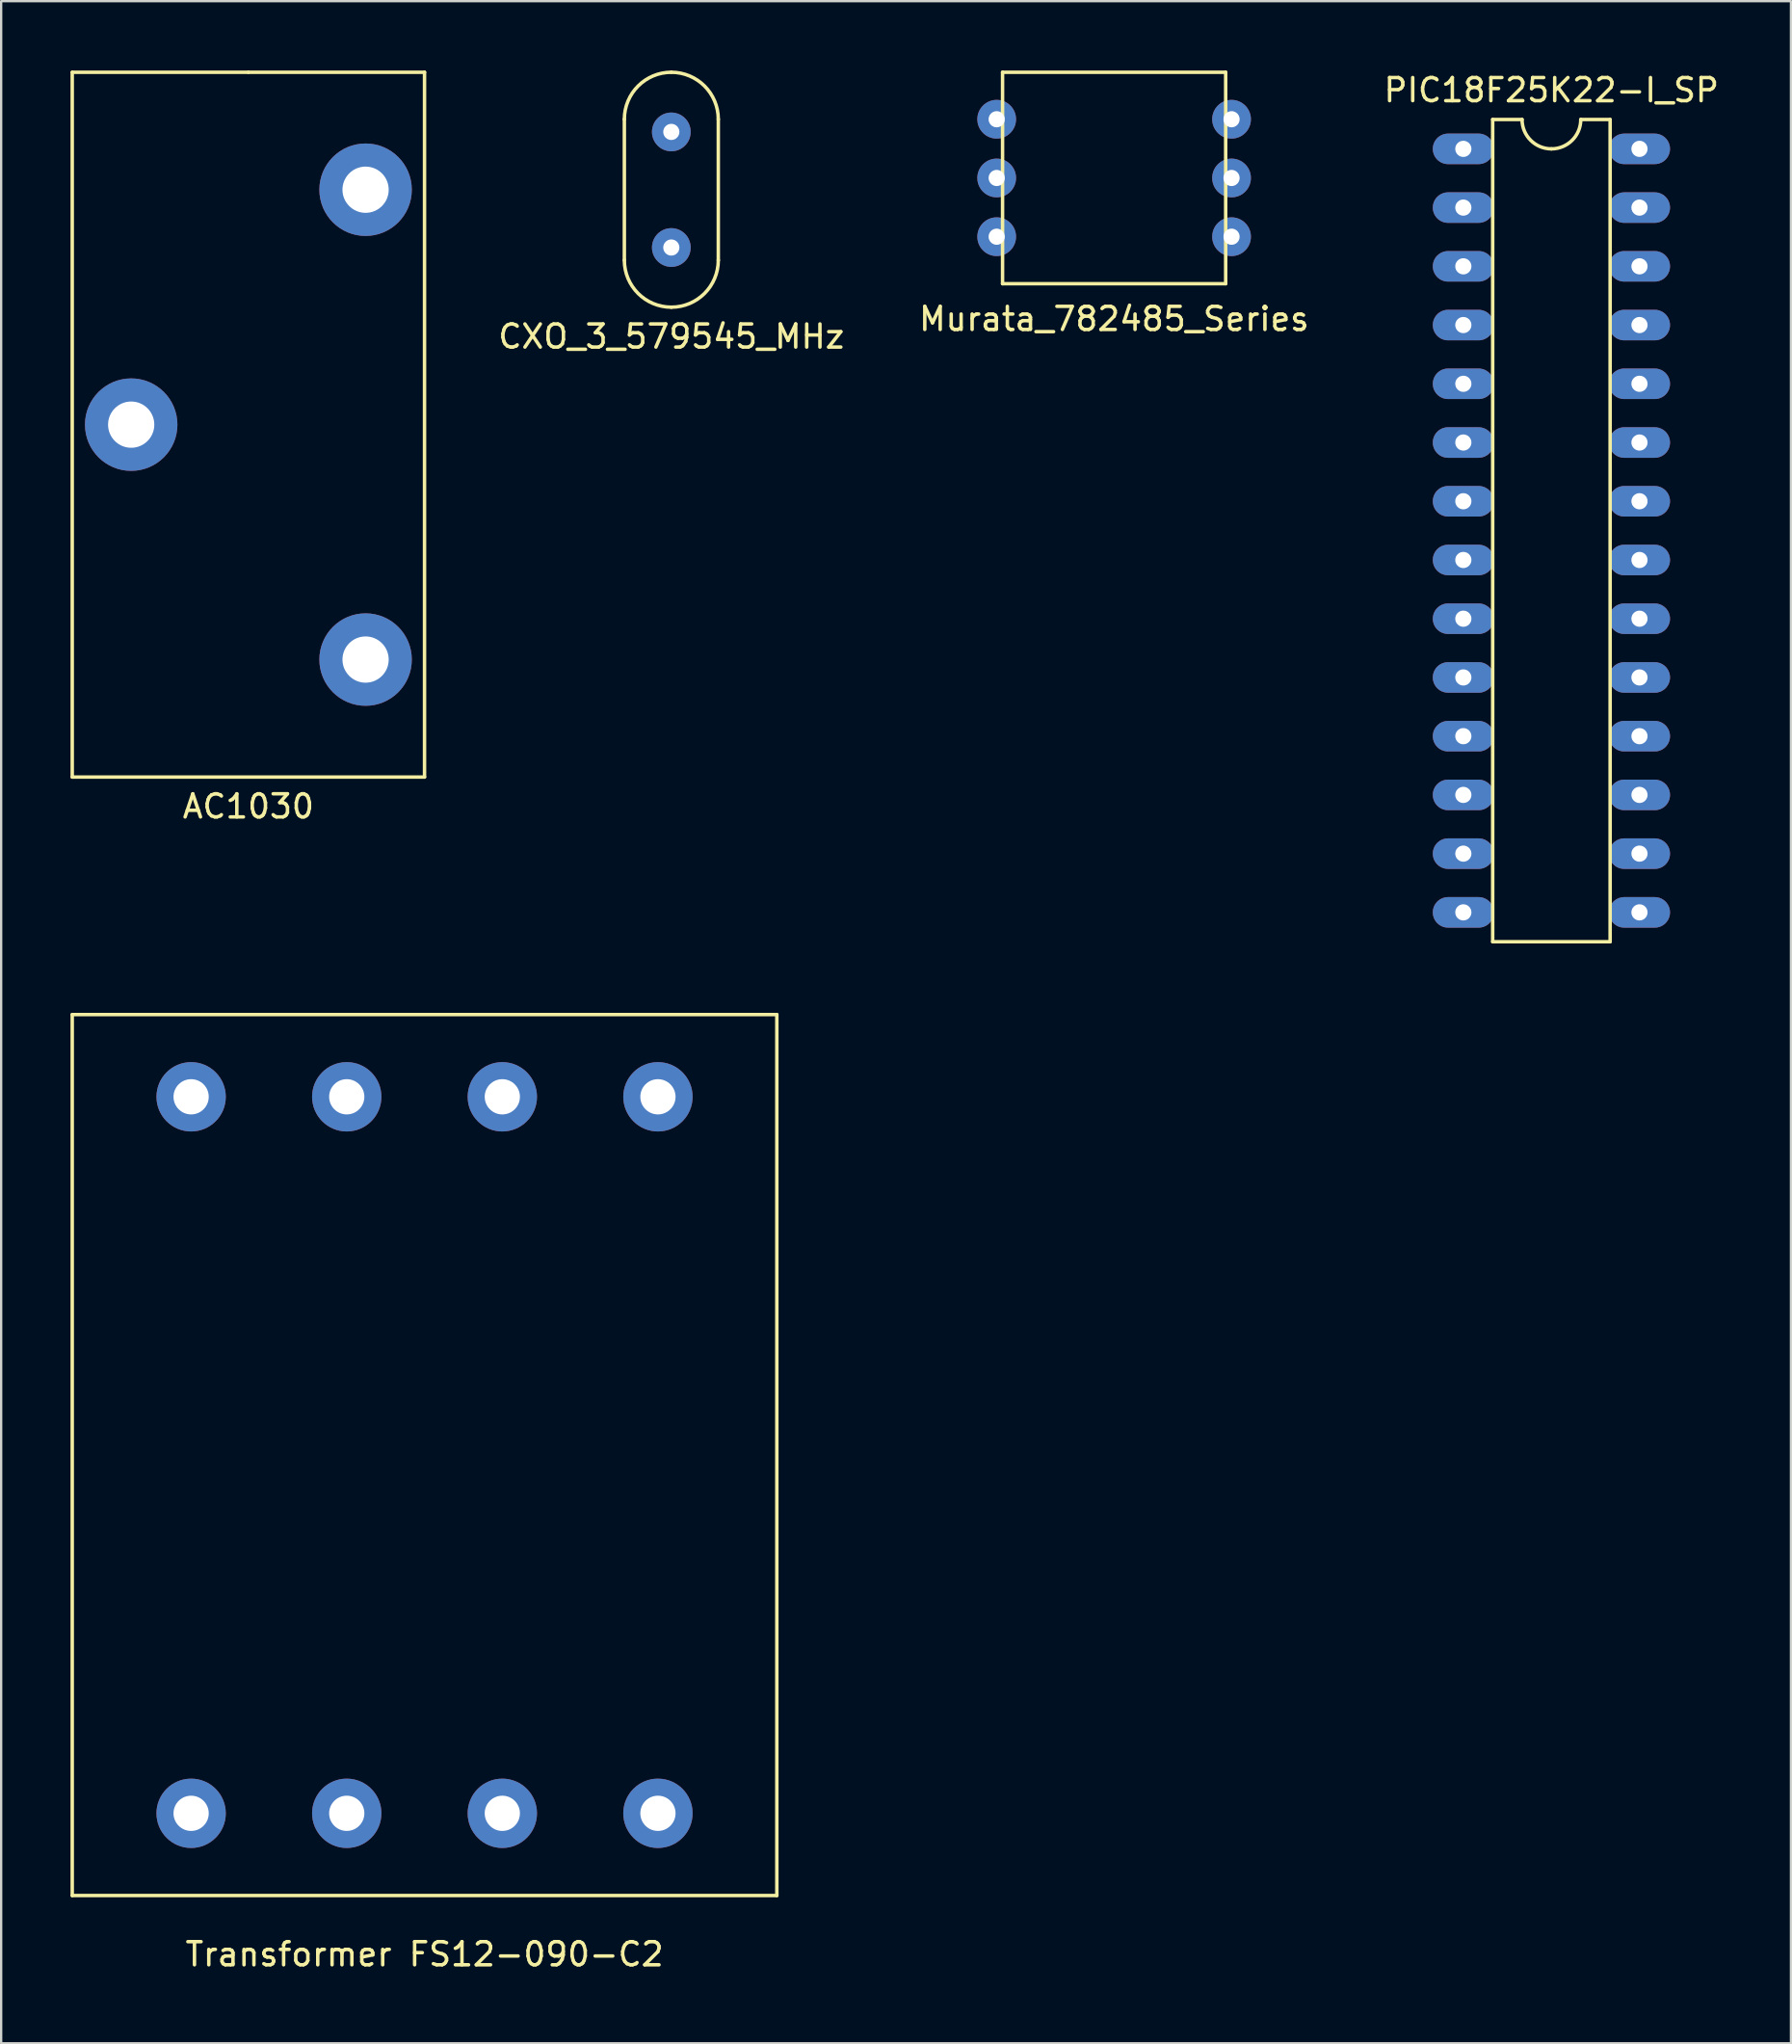
<source format=kicad_pcb>
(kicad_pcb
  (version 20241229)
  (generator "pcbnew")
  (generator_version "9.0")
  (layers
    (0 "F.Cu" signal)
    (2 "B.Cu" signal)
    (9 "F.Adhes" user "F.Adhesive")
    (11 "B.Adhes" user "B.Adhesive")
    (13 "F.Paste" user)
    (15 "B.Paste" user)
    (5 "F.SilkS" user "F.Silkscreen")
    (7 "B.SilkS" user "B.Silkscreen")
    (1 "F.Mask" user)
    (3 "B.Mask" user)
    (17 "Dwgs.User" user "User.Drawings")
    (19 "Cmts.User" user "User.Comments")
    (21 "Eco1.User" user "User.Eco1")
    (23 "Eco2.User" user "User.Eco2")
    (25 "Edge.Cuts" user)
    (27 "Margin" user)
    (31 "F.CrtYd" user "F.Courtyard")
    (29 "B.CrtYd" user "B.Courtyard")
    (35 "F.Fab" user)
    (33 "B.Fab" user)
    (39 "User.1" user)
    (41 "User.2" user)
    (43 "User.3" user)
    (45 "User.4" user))
  (footprint "Transformer FS12-090-C2"
    (layer "F.Cu")
    (at 15.315 59.878)
    (property "Reference" "Transformer FS12-090-C2" (at 0 21.59 0) (layer "F.SilkS") (effects (font (size 1 1) (thickness 0.15))))
    (attr through_hole)
    (fp_line (start -15.24 -19.05) (end -15.24 19.05) (stroke (width 0.15) (type solid)) (layer "F.SilkS"))
    (fp_line (start -15.24 19.05) (end 15.24 19.05) (stroke (width 0.15) (type solid)) (layer "F.SilkS"))
    (fp_line (start 15.24 -19.05) (end -15.24 -19.05) (stroke (width 0.15) (type solid)) (layer "F.SilkS"))
    (fp_line (start 15.24 19.05) (end 15.24 -19.05) (stroke (width 0.15) (type solid)) (layer "F.SilkS"))
    (pad "1" thru_hole circle (at -10.097 15.494 180) (size 3 3) (drill 1.524) (layers "*.Cu" "*.Mask"))
    (pad "2" thru_hole circle (at -3.365 15.494 180) (size 3 3) (drill 1.524) (layers "*.Cu" "*.Mask"))
    (pad "3" thru_hole circle (at 3.365 15.494 180) (size 3 3) (drill 1.524) (layers "*.Cu" "*.Mask"))
    (pad "4" thru_hole circle (at 10.097 15.494 180) (size 3 3) (drill 1.524) (layers "*.Cu" "*.Mask"))
    (pad "5" thru_hole circle (at -10.097 -15.494 180) (size 3 3) (drill 1.524) (layers "*.Cu" "*.Mask"))
    (pad "6" thru_hole circle (at -3.365 -15.494 180) (size 3 3) (drill 1.524) (layers "*.Cu" "*.Mask"))
    (pad "7" thru_hole circle (at 3.365 -15.494 180) (size 3 3) (drill 1.524) (layers "*.Cu" "*.Mask"))
    (pad "8" thru_hole circle (at 10.097 -15.494 180) (size 3 3) (drill 1.524) (layers "*.Cu" "*.Mask")))
  (footprint "AC1030"
    (layer "F.Cu")
    (at 7.695 15.315)
    (property "Reference" "AC1030" (at 0 16.51 0) (layer "F.SilkS") (effects (font (size 1 1) (thickness 0.15))))
    (attr through_hole)
    (fp_line (start -7.62 -15.24) (end 0 -15.24) (stroke (width 0.15) (type solid)) (layer "F.SilkS"))
    (fp_line (start -7.62 15.24) (end -7.62 -15.24) (stroke (width 0.15) (type solid)) (layer "F.SilkS"))
    (fp_line (start 0 -15.24) (end 7.62 -15.24) (stroke (width 0.15) (type solid)) (layer "F.SilkS"))
    (fp_line (start 7.62 -15.24) (end 7.62 15.24) (stroke (width 0.15) (type solid)) (layer "F.SilkS"))
    (fp_line (start 7.62 15.24) (end -7.62 15.24) (stroke (width 0.15) (type solid)) (layer "F.SilkS"))
    (pad "1" thru_hole circle (at 5.07 10.16) (size 4 4) (drill 2) (layers "*.Cu" "*.Mask"))
    (pad "2" thru_hole circle (at 5.07 -10.16) (size 4 4) (drill 2) (layers "*.Cu" "*.Mask"))
    (pad "3" thru_hole circle (at -5.07 0) (size 4 4) (drill 2) (layers "*.Cu" "*.Mask")))
  (footprint "CXO_3_579545_MHz"
    (layer "F.Cu")
    (at 25.991 5.155)
    (property "Reference" "CXO_3_579545_MHz" (at 0 6.35 0) (layer "F.SilkS") (effects (font (size 1 1) (thickness 0.15))))
    (attr through_hole)
    (fp_line (start -2.032 -3.048) (end -2.032 3.048) (stroke (width 0.15) (type solid)) (layer "F.SilkS"))
    (fp_line (start 2.032 3.048) (end 2.032 -3.048) (stroke (width 0.15) (type solid)) (layer "F.SilkS"))
    (fp_arc (start -2.032 -3.048) (mid -1.436841 -4.484841) (end 0 -5.08) (stroke (width 0.15) (type solid)) (layer "F.SilkS"))
    (fp_arc (start 0 -5.08) (mid 1.436841 -4.484841) (end 2.032 -3.048) (stroke (width 0.15) (type solid)) (layer "F.SilkS"))
    (fp_arc (start 0 5.08) (mid -1.436841 4.484841) (end -2.032 3.048) (stroke (width 0.15) (type solid)) (layer "F.SilkS"))
    (fp_arc (start 2.032 3.048) (mid 1.436841 4.484841) (end 0 5.08) (stroke (width 0.15) (type solid)) (layer "F.SilkS"))
    (pad "1" thru_hole circle (at 0 -2.5) (size 1.676 1.676) (drill 0.699) (layers "*.Cu" "*.Mask"))
    (pad "2" thru_hole circle (at 0 2.5) (size 1.676 1.676) (drill 0.699) (layers "*.Cu" "*.Mask")))
  (footprint "PIC18F25K22-I_SP"
    (layer "F.Cu")
    (at 60.253 3.388)
    (property "Reference" "PIC18F25K22-I_SP" (at 3.81 -2.54 0) (layer "F.SilkS") (effects (font (size 1 1) (thickness 0.15))))
    (attr through_hole)
    (fp_line (start 1.27 -1.27) (end 1.27 34.29) (stroke (width 0.15) (type solid)) (layer "F.SilkS"))
    (fp_line (start 1.27 34.29) (end 6.35 34.29) (stroke (width 0.15) (type solid)) (layer "F.SilkS"))
    (fp_line (start 2.54 -1.27) (end 1.27 -1.27) (stroke (width 0.15) (type solid)) (layer "F.SilkS"))
    (fp_line (start 6.35 -1.27) (end 5.08 -1.27) (stroke (width 0.15) (type solid)) (layer "F.SilkS"))
    (fp_line (start 6.35 34.29) (end 6.35 -1.27) (stroke (width 0.15) (type solid)) (layer "F.SilkS"))
    (fp_arc (start 3.81 0) (mid 2.911974 -0.371974) (end 2.54 -1.27) (stroke (width 0.15) (type solid)) (layer "F.SilkS"))
    (fp_arc (start 5.08 -1.27) (mid 4.708026 -0.371974) (end 3.81 0) (stroke (width 0.15) (type solid)) (layer "F.SilkS"))
    (pad "1" thru_hole oval (at 0 0) (size 2.642 1.321) (drill 0.7) (layers "*.Cu" "*.Mask"))
    (pad "2" thru_hole oval (at 0 2.54) (size 2.642 1.321) (drill 0.7) (layers "*.Cu" "*.Mask"))
    (pad "3" thru_hole oval (at 0 5.08) (size 2.642 1.321) (drill 0.7) (layers "*.Cu" "*.Mask"))
    (pad "4" thru_hole oval (at 0 7.62) (size 2.642 1.321) (drill 0.7) (layers "*.Cu" "*.Mask"))
    (pad "5" thru_hole oval (at 0 10.16) (size 2.642 1.321) (drill 0.7) (layers "*.Cu" "*.Mask"))
    (pad "6" thru_hole oval (at 0 12.7) (size 2.642 1.321) (drill 0.7) (layers "*.Cu" "*.Mask"))
    (pad "7" thru_hole oval (at 0 15.24) (size 2.642 1.321) (drill 0.7) (layers "*.Cu" "*.Mask"))
    (pad "8" thru_hole oval (at 0 17.78) (size 2.642 1.321) (drill 0.7) (layers "*.Cu" "*.Mask"))
    (pad "9" thru_hole oval (at 0 20.32) (size 2.642 1.321) (drill 0.7) (layers "*.Cu" "*.Mask"))
    (pad "10" thru_hole oval (at 0 22.86) (size 2.642 1.321) (drill 0.7) (layers "*.Cu" "*.Mask"))
    (pad "11" thru_hole oval (at 0 25.4) (size 2.642 1.321) (drill 0.7) (layers "*.Cu" "*.Mask"))
    (pad "12" thru_hole oval (at 0 27.94) (size 2.642 1.321) (drill 0.7) (layers "*.Cu" "*.Mask"))
    (pad "13" thru_hole oval (at 0 30.48) (size 2.642 1.321) (drill 0.7) (layers "*.Cu" "*.Mask"))
    (pad "14" thru_hole oval (at 0 33.02) (size 2.642 1.321) (drill 0.7) (layers "*.Cu" "*.Mask"))
    (pad "15" thru_hole oval (at 7.62 33.02) (size 2.642 1.321) (drill 0.7) (layers "*.Cu" "*.Mask"))
    (pad "16" thru_hole oval (at 7.62 30.48) (size 2.642 1.321) (drill 0.7) (layers "*.Cu" "*.Mask"))
    (pad "17" thru_hole oval (at 7.62 27.94) (size 2.642 1.321) (drill 0.7) (layers "*.Cu" "*.Mask"))
    (pad "18" thru_hole oval (at 7.62 25.4) (size 2.642 1.321) (drill 0.7) (layers "*.Cu" "*.Mask"))
    (pad "19" thru_hole oval (at 7.62 22.86) (size 2.642 1.321) (drill 0.7) (layers "*.Cu" "*.Mask"))
    (pad "20" thru_hole oval (at 7.62 20.32) (size 2.642 1.321) (drill 0.7) (layers "*.Cu" "*.Mask"))
    (pad "21" thru_hole oval (at 7.62 17.78) (size 2.642 1.321) (drill 0.7) (layers "*.Cu" "*.Mask"))
    (pad "22" thru_hole oval (at 7.62 15.24) (size 2.642 1.321) (drill 0.7) (layers "*.Cu" "*.Mask"))
    (pad "23" thru_hole oval (at 7.62 12.7) (size 2.642 1.321) (drill 0.7) (layers "*.Cu" "*.Mask"))
    (pad "24" thru_hole oval (at 7.62 10.16) (size 2.642 1.321) (drill 0.7) (layers "*.Cu" "*.Mask"))
    (pad "25" thru_hole oval (at 7.62 7.62) (size 2.642 1.321) (drill 0.7) (layers "*.Cu" "*.Mask"))
    (pad "26" thru_hole oval (at 7.62 5.08) (size 2.642 1.321) (drill 0.7) (layers "*.Cu" "*.Mask"))
    (pad "27" thru_hole oval (at 7.62 2.54) (size 2.642 1.321) (drill 0.7) (layers "*.Cu" "*.Mask"))
    (pad "28" thru_hole oval (at 7.62 0) (size 2.642 1.321) (drill 0.7) (layers "*.Cu" "*.Mask")))
  (footprint "Murata_782485_Series"
    (layer "F.Cu")
    (at 45.146 4.647)
    (property "Reference" "Murata_782485_Series" (at 0 6.096 0) (layer "F.SilkS") (effects (font (size 1 1) (thickness 0.15))))
    (attr through_hole)
    (fp_line (start -4.826 -4.572) (end 4.826 -4.572) (stroke (width 0.15) (type solid)) (layer "F.SilkS"))
    (fp_line (start -4.826 4.572) (end -4.826 -4.572) (stroke (width 0.15) (type solid)) (layer "F.SilkS"))
    (fp_line (start 4.826 -4.572) (end 4.826 4.572) (stroke (width 0.15) (type solid)) (layer "F.SilkS"))
    (fp_line (start 4.826 4.572) (end -4.826 4.572) (stroke (width 0.15) (type solid)) (layer "F.SilkS"))
    (pad "1" thru_hole circle (at -5.08 -2.54) (size 1.676 1.676) (drill 0.7) (layers "*.Cu" "*.Mask"))
    (pad "2" thru_hole circle (at -5.08 0) (size 1.676 1.676) (drill 0.7) (layers "*.Cu" "*.Mask"))
    (pad "3" thru_hole circle (at -5.08 2.54) (size 1.676 1.676) (drill 0.7) (layers "*.Cu" "*.Mask"))
    (pad "4" thru_hole circle (at 5.08 2.54) (size 1.676 1.676) (drill 0.7) (layers "*.Cu" "*.Mask"))
    (pad "5" thru_hole circle (at 5.08 0) (size 1.676 1.676) (drill 0.7) (layers "*.Cu" "*.Mask"))
    (pad "6" thru_hole circle (at 5.08 -2.54) (size 1.676 1.676) (drill 0.7) (layers "*.Cu" "*.Mask")))
  (gr_rect
    (start -3 -3)
    (end 74.426 85.317)
    (stroke (width 0.1) (type default))
    (fill no)
    (layer "Edge.Cuts")))
</source>
